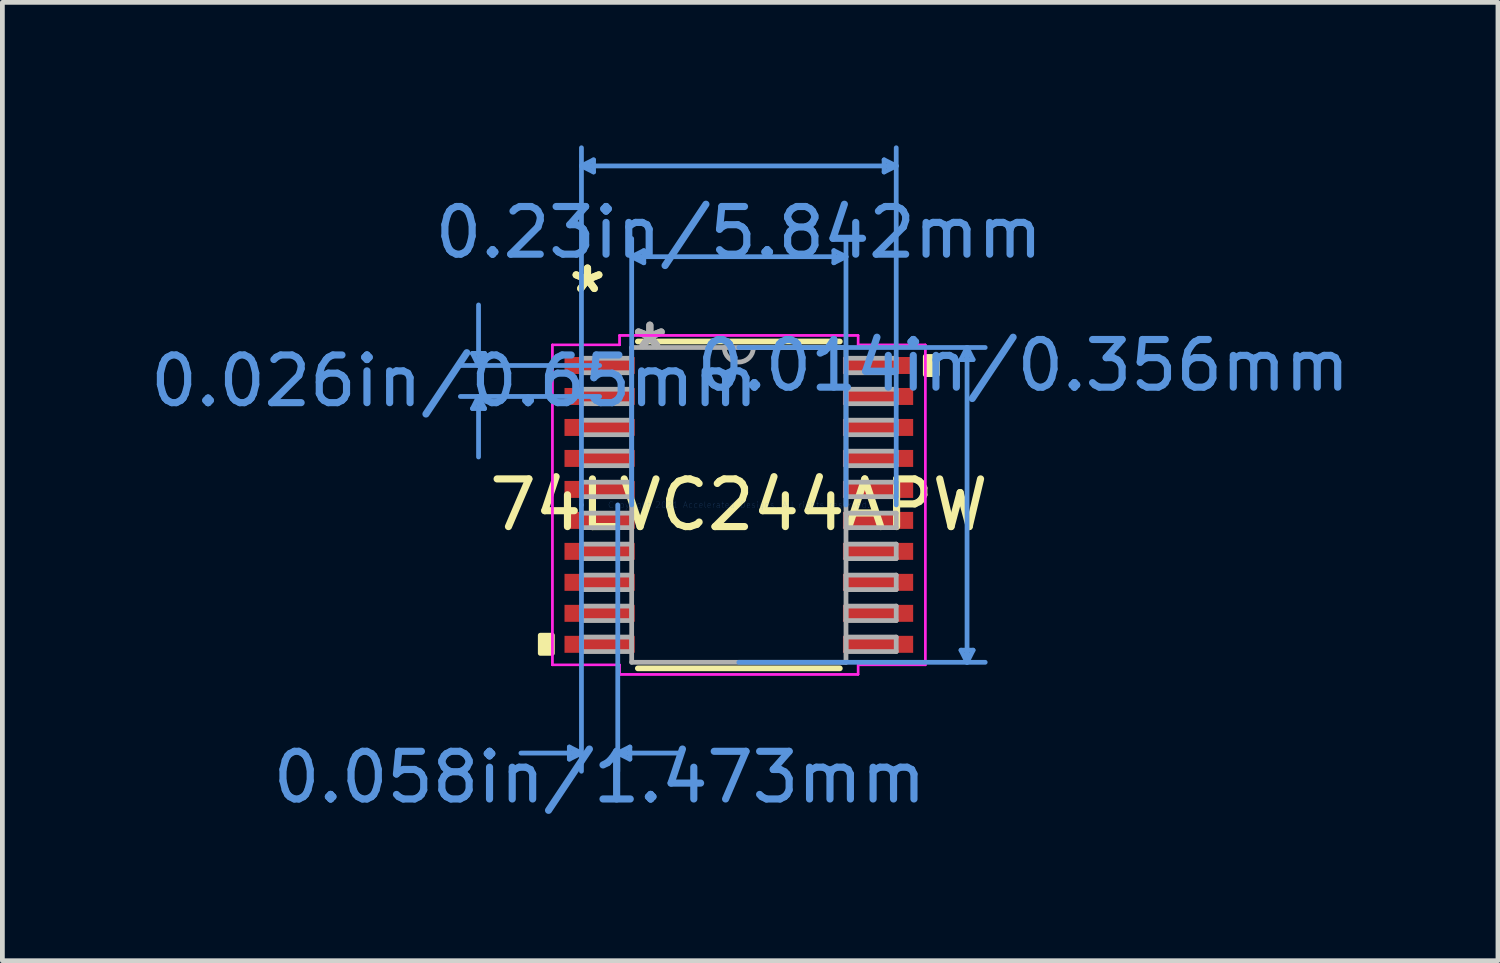
<source format=kicad_pcb>
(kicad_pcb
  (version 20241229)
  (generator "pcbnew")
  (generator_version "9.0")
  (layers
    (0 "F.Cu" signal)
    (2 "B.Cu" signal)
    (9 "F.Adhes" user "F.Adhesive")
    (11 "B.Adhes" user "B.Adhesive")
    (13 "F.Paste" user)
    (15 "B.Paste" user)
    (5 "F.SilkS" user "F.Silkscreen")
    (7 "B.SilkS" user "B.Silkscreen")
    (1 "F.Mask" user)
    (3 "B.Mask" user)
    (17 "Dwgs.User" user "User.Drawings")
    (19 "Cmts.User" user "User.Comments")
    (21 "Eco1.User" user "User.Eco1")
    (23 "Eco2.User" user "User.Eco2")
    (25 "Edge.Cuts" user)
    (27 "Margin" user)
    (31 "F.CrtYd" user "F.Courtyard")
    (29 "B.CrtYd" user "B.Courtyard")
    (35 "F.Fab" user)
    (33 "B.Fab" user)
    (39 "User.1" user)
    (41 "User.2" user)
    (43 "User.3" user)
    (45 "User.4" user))
  (footprint "74LVC244APW"
    (layer "F.Cu")
    (at 12.451 7.543)
    (property "Reference" "74LVC244APW" (at 0 0 0) (layer "F.SilkS") (effects (font (size 1 1) (thickness 0.15))))
    (attr through_hole)
    (fp_line (start -2.119 3.429) (end 2.119 3.429) (stroke (width 0.12) (type solid)) (layer "F.SilkS"))
    (fp_line (start 2.119 -3.429) (end -2.119 -3.429) (stroke (width 0.12) (type solid)) (layer "F.SilkS"))
    (fp_poly (pts (xy -4.166 2.734) (xy -4.166 3.115) (xy -3.912 3.115) (xy -3.912 2.734)) (stroke (width 0.1) (type solid)) (fill yes) (layer "F.SilkS"))
    (fp_poly (pts (xy 4.166 -3.115) (xy 4.166 -2.734) (xy 3.912 -2.734) (xy 3.912 -3.115)) (stroke (width 0.1) (type solid)) (fill yes) (layer "F.SilkS"))
    (fp_line (start -5.588 -3.179) (end -5.334 -3.179) (stroke (width 0.1) (type solid)) (layer "Cmts.User"))
    (fp_line (start -5.588 -2.021) (end -5.334 -2.021) (stroke (width 0.1) (type solid)) (layer "Cmts.User"))
    (fp_line (start -5.461 -2.925) (end -5.588 -3.179) (stroke (width 0.1) (type solid)) (layer "Cmts.User"))
    (fp_line (start -5.461 -2.925) (end -5.461 -4.195) (stroke (width 0.1) (type solid)) (layer "Cmts.User"))
    (fp_line (start -5.461 -2.925) (end -5.334 -3.179) (stroke (width 0.1) (type solid)) (layer "Cmts.User"))
    (fp_line (start -5.461 -2.275) (end -5.588 -2.021) (stroke (width 0.1) (type solid)) (layer "Cmts.User"))
    (fp_line (start -5.461 -2.275) (end -5.461 -1.005) (stroke (width 0.1) (type solid)) (layer "Cmts.User"))
    (fp_line (start -5.461 -2.275) (end -5.334 -2.021) (stroke (width 0.1) (type solid)) (layer "Cmts.User"))
    (fp_line (start -3.556 5.08) (end -3.556 5.334) (stroke (width 0.1) (type solid)) (layer "Cmts.User"))
    (fp_line (start -3.302 -7.112) (end -3.048 -7.239) (stroke (width 0.1) (type solid)) (layer "Cmts.User"))
    (fp_line (start -3.302 -7.112) (end -3.048 -6.985) (stroke (width 0.1) (type solid)) (layer "Cmts.User"))
    (fp_line (start -3.302 -7.112) (end 3.302 -7.112) (stroke (width 0.1) (type solid)) (layer "Cmts.User"))
    (fp_line (start -3.302 0) (end -3.302 -7.493) (stroke (width 0.1) (type solid)) (layer "Cmts.User"))
    (fp_line (start -3.302 0) (end -3.302 5.588) (stroke (width 0.1) (type solid)) (layer "Cmts.User"))
    (fp_line (start -3.302 5.207) (end -4.572 5.207) (stroke (width 0.1) (type solid)) (layer "Cmts.User"))
    (fp_line (start -3.302 5.207) (end -3.556 5.08) (stroke (width 0.1) (type solid)) (layer "Cmts.User"))
    (fp_line (start -3.302 5.207) (end -3.556 5.334) (stroke (width 0.1) (type solid)) (layer "Cmts.User"))
    (fp_line (start -3.048 -7.239) (end -3.048 -6.985) (stroke (width 0.1) (type solid)) (layer "Cmts.User"))
    (fp_line (start -2.921 -2.925) (end -5.842 -2.925) (stroke (width 0.1) (type solid)) (layer "Cmts.User"))
    (fp_line (start -2.921 -2.275) (end -5.842 -2.275) (stroke (width 0.1) (type solid)) (layer "Cmts.User"))
    (fp_line (start -2.54 0) (end -2.54 5.588) (stroke (width 0.1) (type solid)) (layer "Cmts.User"))
    (fp_line (start -2.54 5.207) (end -2.286 5.08) (stroke (width 0.1) (type solid)) (layer "Cmts.User"))
    (fp_line (start -2.54 5.207) (end -2.286 5.334) (stroke (width 0.1) (type solid)) (layer "Cmts.User"))
    (fp_line (start -2.54 5.207) (end -1.27 5.207) (stroke (width 0.1) (type solid)) (layer "Cmts.User"))
    (fp_line (start -2.286 5.08) (end -2.286 5.334) (stroke (width 0.1) (type solid)) (layer "Cmts.User"))
    (fp_line (start -2.248 -5.207) (end -1.994 -5.334) (stroke (width 0.1) (type solid)) (layer "Cmts.User"))
    (fp_line (start -2.248 -5.207) (end -1.994 -5.08) (stroke (width 0.1) (type solid)) (layer "Cmts.User"))
    (fp_line (start -2.248 -5.207) (end 2.248 -5.207) (stroke (width 0.1) (type solid)) (layer "Cmts.User"))
    (fp_line (start -2.248 0) (end -2.248 -5.588) (stroke (width 0.1) (type solid)) (layer "Cmts.User"))
    (fp_line (start -1.994 -5.334) (end -1.994 -5.08) (stroke (width 0.1) (type solid)) (layer "Cmts.User"))
    (fp_line (start 0 -3.302) (end 5.169 -3.302) (stroke (width 0.1) (type solid)) (layer "Cmts.User"))
    (fp_line (start 0 3.302) (end 5.169 3.302) (stroke (width 0.1) (type solid)) (layer "Cmts.User"))
    (fp_line (start 1.994 -5.334) (end 1.994 -5.08) (stroke (width 0.1) (type solid)) (layer "Cmts.User"))
    (fp_line (start 2.248 -5.207) (end 1.994 -5.334) (stroke (width 0.1) (type solid)) (layer "Cmts.User"))
    (fp_line (start 2.248 -5.207) (end 1.994 -5.08) (stroke (width 0.1) (type solid)) (layer "Cmts.User"))
    (fp_line (start 2.248 0) (end 2.248 -5.588) (stroke (width 0.1) (type solid)) (layer "Cmts.User"))
    (fp_line (start 3.048 -7.239) (end 3.048 -6.985) (stroke (width 0.1) (type solid)) (layer "Cmts.User"))
    (fp_line (start 3.302 -7.112) (end 3.048 -7.239) (stroke (width 0.1) (type solid)) (layer "Cmts.User"))
    (fp_line (start 3.302 -7.112) (end 3.048 -6.985) (stroke (width 0.1) (type solid)) (layer "Cmts.User"))
    (fp_line (start 3.302 0) (end 3.302 -7.493) (stroke (width 0.1) (type solid)) (layer "Cmts.User"))
    (fp_line (start 4.661 -3.048) (end 4.915 -3.048) (stroke (width 0.1) (type solid)) (layer "Cmts.User"))
    (fp_line (start 4.661 3.048) (end 4.915 3.048) (stroke (width 0.1) (type solid)) (layer "Cmts.User"))
    (fp_line (start 4.788 -3.302) (end 4.661 -3.048) (stroke (width 0.1) (type solid)) (layer "Cmts.User"))
    (fp_line (start 4.788 -3.302) (end 4.788 3.302) (stroke (width 0.1) (type solid)) (layer "Cmts.User"))
    (fp_line (start 4.788 -3.302) (end 4.915 -3.048) (stroke (width 0.1) (type solid)) (layer "Cmts.User"))
    (fp_line (start 4.788 3.302) (end 4.661 3.048) (stroke (width 0.1) (type solid)) (layer "Cmts.User"))
    (fp_line (start 4.788 3.302) (end 4.915 3.048) (stroke (width 0.1) (type solid)) (layer "Cmts.User"))
    (fp_line (start -3.912 -3.357) (end -2.502 -3.357) (stroke (width 0.05) (type solid)) (layer "F.CrtYd"))
    (fp_line (start -3.912 -3.357) (end -2.502 -3.357) (stroke (width 0.05) (type solid)) (layer "F.CrtYd"))
    (fp_line (start -3.912 3.357) (end -3.912 -3.357) (stroke (width 0.05) (type solid)) (layer "F.CrtYd"))
    (fp_line (start -3.912 3.357) (end -3.912 -3.357) (stroke (width 0.05) (type solid)) (layer "F.CrtYd"))
    (fp_line (start -3.912 3.357) (end -2.502 3.357) (stroke (width 0.05) (type solid)) (layer "F.CrtYd"))
    (fp_line (start -2.502 -3.556) (end 2.502 -3.556) (stroke (width 0.05) (type solid)) (layer "F.CrtYd"))
    (fp_line (start -2.502 -3.556) (end 2.502 -3.556) (stroke (width 0.05) (type solid)) (layer "F.CrtYd"))
    (fp_line (start -2.502 -3.357) (end -2.502 -3.556) (stroke (width 0.05) (type solid)) (layer "F.CrtYd"))
    (fp_line (start -2.502 -3.357) (end -2.502 -3.556) (stroke (width 0.05) (type solid)) (layer "F.CrtYd"))
    (fp_line (start -2.502 3.357) (end -3.912 3.357) (stroke (width 0.05) (type solid)) (layer "F.CrtYd"))
    (fp_line (start -2.502 3.556) (end -2.502 3.357) (stroke (width 0.05) (type solid)) (layer "F.CrtYd"))
    (fp_line (start -2.502 3.556) (end -2.502 3.357) (stroke (width 0.05) (type solid)) (layer "F.CrtYd"))
    (fp_line (start 2.502 -3.556) (end 2.502 -3.357) (stroke (width 0.05) (type solid)) (layer "F.CrtYd"))
    (fp_line (start 2.502 -3.556) (end 2.502 -3.357) (stroke (width 0.05) (type solid)) (layer "F.CrtYd"))
    (fp_line (start 2.502 -3.357) (end 3.912 -3.357) (stroke (width 0.05) (type solid)) (layer "F.CrtYd"))
    (fp_line (start 2.502 3.357) (end 2.502 3.556) (stroke (width 0.05) (type solid)) (layer "F.CrtYd"))
    (fp_line (start 2.502 3.357) (end 2.502 3.556) (stroke (width 0.05) (type solid)) (layer "F.CrtYd"))
    (fp_line (start 2.502 3.556) (end -2.502 3.556) (stroke (width 0.05) (type solid)) (layer "F.CrtYd"))
    (fp_line (start 2.502 3.556) (end -2.502 3.556) (stroke (width 0.05) (type solid)) (layer "F.CrtYd"))
    (fp_line (start 3.912 -3.357) (end 2.502 -3.357) (stroke (width 0.05) (type solid)) (layer "F.CrtYd"))
    (fp_line (start 3.912 -3.357) (end 3.912 3.357) (stroke (width 0.05) (type solid)) (layer "F.CrtYd"))
    (fp_line (start 3.912 -3.357) (end 3.912 3.357) (stroke (width 0.05) (type solid)) (layer "F.CrtYd"))
    (fp_line (start 3.912 3.357) (end 2.502 3.357) (stroke (width 0.05) (type solid)) (layer "F.CrtYd"))
    (fp_line (start 3.912 3.357) (end 2.502 3.357) (stroke (width 0.05) (type solid)) (layer "F.CrtYd"))
    (fp_line (start -3.302 -3.077) (end -3.302 -2.773) (stroke (width 0.1) (type solid)) (layer "F.Fab"))
    (fp_line (start -3.302 -2.773) (end -2.248 -2.773) (stroke (width 0.1) (type solid)) (layer "F.Fab"))
    (fp_line (start -3.302 -2.427) (end -3.302 -2.123) (stroke (width 0.1) (type solid)) (layer "F.Fab"))
    (fp_line (start -3.302 -2.123) (end -2.248 -2.123) (stroke (width 0.1) (type solid)) (layer "F.Fab"))
    (fp_line (start -3.302 -1.777) (end -3.302 -1.473) (stroke (width 0.1) (type solid)) (layer "F.Fab"))
    (fp_line (start -3.302 -1.473) (end -2.248 -1.473) (stroke (width 0.1) (type solid)) (layer "F.Fab"))
    (fp_line (start -3.302 -1.127) (end -3.302 -0.823) (stroke (width 0.1) (type solid)) (layer "F.Fab"))
    (fp_line (start -3.302 -0.823) (end -2.248 -0.823) (stroke (width 0.1) (type solid)) (layer "F.Fab"))
    (fp_line (start -3.302 -0.477) (end -3.302 -0.173) (stroke (width 0.1) (type solid)) (layer "F.Fab"))
    (fp_line (start -3.302 -0.173) (end -2.248 -0.173) (stroke (width 0.1) (type solid)) (layer "F.Fab"))
    (fp_line (start -3.302 0.173) (end -3.302 0.477) (stroke (width 0.1) (type solid)) (layer "F.Fab"))
    (fp_line (start -3.302 0.477) (end -2.248 0.477) (stroke (width 0.1) (type solid)) (layer "F.Fab"))
    (fp_line (start -3.302 0.823) (end -3.302 1.127) (stroke (width 0.1) (type solid)) (layer "F.Fab"))
    (fp_line (start -3.302 1.127) (end -2.248 1.127) (stroke (width 0.1) (type solid)) (layer "F.Fab"))
    (fp_line (start -3.302 1.473) (end -3.302 1.777) (stroke (width 0.1) (type solid)) (layer "F.Fab"))
    (fp_line (start -3.302 1.777) (end -2.248 1.777) (stroke (width 0.1) (type solid)) (layer "F.Fab"))
    (fp_line (start -3.302 2.123) (end -3.302 2.427) (stroke (width 0.1) (type solid)) (layer "F.Fab"))
    (fp_line (start -3.302 2.427) (end -2.248 2.427) (stroke (width 0.1) (type solid)) (layer "F.Fab"))
    (fp_line (start -3.302 2.773) (end -3.302 3.077) (stroke (width 0.1) (type solid)) (layer "F.Fab"))
    (fp_line (start -3.302 3.077) (end -2.248 3.077) (stroke (width 0.1) (type solid)) (layer "F.Fab"))
    (fp_line (start -2.248 -3.302) (end -2.248 3.302) (stroke (width 0.1) (type solid)) (layer "F.Fab"))
    (fp_line (start -2.248 -3.077) (end -3.302 -3.077) (stroke (width 0.1) (type solid)) (layer "F.Fab"))
    (fp_line (start -2.248 -2.773) (end -2.248 -3.077) (stroke (width 0.1) (type solid)) (layer "F.Fab"))
    (fp_line (start -2.248 -2.427) (end -3.302 -2.427) (stroke (width 0.1) (type solid)) (layer "F.Fab"))
    (fp_line (start -2.248 -2.123) (end -2.248 -2.427) (stroke (width 0.1) (type solid)) (layer "F.Fab"))
    (fp_line (start -2.248 -1.777) (end -3.302 -1.777) (stroke (width 0.1) (type solid)) (layer "F.Fab"))
    (fp_line (start -2.248 -1.473) (end -2.248 -1.777) (stroke (width 0.1) (type solid)) (layer "F.Fab"))
    (fp_line (start -2.248 -1.127) (end -3.302 -1.127) (stroke (width 0.1) (type solid)) (layer "F.Fab"))
    (fp_line (start -2.248 -0.823) (end -2.248 -1.127) (stroke (width 0.1) (type solid)) (layer "F.Fab"))
    (fp_line (start -2.248 -0.477) (end -3.302 -0.477) (stroke (width 0.1) (type solid)) (layer "F.Fab"))
    (fp_line (start -2.248 -0.173) (end -2.248 -0.477) (stroke (width 0.1) (type solid)) (layer "F.Fab"))
    (fp_line (start -2.248 0.173) (end -3.302 0.173) (stroke (width 0.1) (type solid)) (layer "F.Fab"))
    (fp_line (start -2.248 0.477) (end -2.248 0.173) (stroke (width 0.1) (type solid)) (layer "F.Fab"))
    (fp_line (start -2.248 0.823) (end -3.302 0.823) (stroke (width 0.1) (type solid)) (layer "F.Fab"))
    (fp_line (start -2.248 1.127) (end -2.248 0.823) (stroke (width 0.1) (type solid)) (layer "F.Fab"))
    (fp_line (start -2.248 1.473) (end -3.302 1.473) (stroke (width 0.1) (type solid)) (layer "F.Fab"))
    (fp_line (start -2.248 1.777) (end -2.248 1.473) (stroke (width 0.1) (type solid)) (layer "F.Fab"))
    (fp_line (start -2.248 2.123) (end -3.302 2.123) (stroke (width 0.1) (type solid)) (layer "F.Fab"))
    (fp_line (start -2.248 2.427) (end -2.248 2.123) (stroke (width 0.1) (type solid)) (layer "F.Fab"))
    (fp_line (start -2.248 2.773) (end -3.302 2.773) (stroke (width 0.1) (type solid)) (layer "F.Fab"))
    (fp_line (start -2.248 3.077) (end -2.248 2.773) (stroke (width 0.1) (type solid)) (layer "F.Fab"))
    (fp_line (start -2.248 3.302) (end 2.248 3.302) (stroke (width 0.1) (type solid)) (layer "F.Fab"))
    (fp_line (start 2.248 -3.302) (end -2.248 -3.302) (stroke (width 0.1) (type solid)) (layer "F.Fab"))
    (fp_line (start 2.248 -3.077) (end 2.248 -2.773) (stroke (width 0.1) (type solid)) (layer "F.Fab"))
    (fp_line (start 2.248 -2.773) (end 3.302 -2.773) (stroke (width 0.1) (type solid)) (layer "F.Fab"))
    (fp_line (start 2.248 -2.427) (end 2.248 -2.123) (stroke (width 0.1) (type solid)) (layer "F.Fab"))
    (fp_line (start 2.248 -2.123) (end 3.302 -2.123) (stroke (width 0.1) (type solid)) (layer "F.Fab"))
    (fp_line (start 2.248 -1.777) (end 2.248 -1.473) (stroke (width 0.1) (type solid)) (layer "F.Fab"))
    (fp_line (start 2.248 -1.473) (end 3.302 -1.473) (stroke (width 0.1) (type solid)) (layer "F.Fab"))
    (fp_line (start 2.248 -1.127) (end 2.248 -0.823) (stroke (width 0.1) (type solid)) (layer "F.Fab"))
    (fp_line (start 2.248 -0.823) (end 3.302 -0.823) (stroke (width 0.1) (type solid)) (layer "F.Fab"))
    (fp_line (start 2.248 -0.477) (end 2.248 -0.173) (stroke (width 0.1) (type solid)) (layer "F.Fab"))
    (fp_line (start 2.248 -0.173) (end 3.302 -0.173) (stroke (width 0.1) (type solid)) (layer "F.Fab"))
    (fp_line (start 2.248 0.173) (end 2.248 0.477) (stroke (width 0.1) (type solid)) (layer "F.Fab"))
    (fp_line (start 2.248 0.477) (end 3.302 0.477) (stroke (width 0.1) (type solid)) (layer "F.Fab"))
    (fp_line (start 2.248 0.823) (end 2.248 1.127) (stroke (width 0.1) (type solid)) (layer "F.Fab"))
    (fp_line (start 2.248 1.127) (end 3.302 1.127) (stroke (width 0.1) (type solid)) (layer "F.Fab"))
    (fp_line (start 2.248 1.473) (end 2.248 1.777) (stroke (width 0.1) (type solid)) (layer "F.Fab"))
    (fp_line (start 2.248 1.777) (end 3.302 1.777) (stroke (width 0.1) (type solid)) (layer "F.Fab"))
    (fp_line (start 2.248 2.123) (end 2.248 2.427) (stroke (width 0.1) (type solid)) (layer "F.Fab"))
    (fp_line (start 2.248 2.427) (end 3.302 2.427) (stroke (width 0.1) (type solid)) (layer "F.Fab"))
    (fp_line (start 2.248 2.773) (end 2.248 3.077) (stroke (width 0.1) (type solid)) (layer "F.Fab"))
    (fp_line (start 2.248 3.077) (end 3.302 3.077) (stroke (width 0.1) (type solid)) (layer "F.Fab"))
    (fp_line (start 2.248 3.302) (end 2.248 -3.302) (stroke (width 0.1) (type solid)) (layer "F.Fab"))
    (fp_line (start 3.302 -3.077) (end 2.248 -3.077) (stroke (width 0.1) (type solid)) (layer "F.Fab"))
    (fp_line (start 3.302 -2.773) (end 3.302 -3.077) (stroke (width 0.1) (type solid)) (layer "F.Fab"))
    (fp_line (start 3.302 -2.427) (end 2.248 -2.427) (stroke (width 0.1) (type solid)) (layer "F.Fab"))
    (fp_line (start 3.302 -2.123) (end 3.302 -2.427) (stroke (width 0.1) (type solid)) (layer "F.Fab"))
    (fp_line (start 3.302 -1.777) (end 2.248 -1.777) (stroke (width 0.1) (type solid)) (layer "F.Fab"))
    (fp_line (start 3.302 -1.473) (end 3.302 -1.777) (stroke (width 0.1) (type solid)) (layer "F.Fab"))
    (fp_line (start 3.302 -1.127) (end 2.248 -1.127) (stroke (width 0.1) (type solid)) (layer "F.Fab"))
    (fp_line (start 3.302 -0.823) (end 3.302 -1.127) (stroke (width 0.1) (type solid)) (layer "F.Fab"))
    (fp_line (start 3.302 -0.477) (end 2.248 -0.477) (stroke (width 0.1) (type solid)) (layer "F.Fab"))
    (fp_line (start 3.302 -0.173) (end 3.302 -0.477) (stroke (width 0.1) (type solid)) (layer "F.Fab"))
    (fp_line (start 3.302 0.173) (end 2.248 0.173) (stroke (width 0.1) (type solid)) (layer "F.Fab"))
    (fp_line (start 3.302 0.477) (end 3.302 0.173) (stroke (width 0.1) (type solid)) (layer "F.Fab"))
    (fp_line (start 3.302 0.823) (end 2.248 0.823) (stroke (width 0.1) (type solid)) (layer "F.Fab"))
    (fp_line (start 3.302 1.127) (end 3.302 0.823) (stroke (width 0.1) (type solid)) (layer "F.Fab"))
    (fp_line (start 3.302 1.473) (end 2.248 1.473) (stroke (width 0.1) (type solid)) (layer "F.Fab"))
    (fp_line (start 3.302 1.777) (end 3.302 1.473) (stroke (width 0.1) (type solid)) (layer "F.Fab"))
    (fp_line (start 3.302 2.123) (end 2.248 2.123) (stroke (width 0.1) (type solid)) (layer "F.Fab"))
    (fp_line (start 3.302 2.427) (end 3.302 2.123) (stroke (width 0.1) (type solid)) (layer "F.Fab"))
    (fp_line (start 3.302 2.773) (end 2.248 2.773) (stroke (width 0.1) (type solid)) (layer "F.Fab"))
    (fp_line (start 3.302 3.077) (end 3.302 2.773) (stroke (width 0.1) (type solid)) (layer "F.Fab"))
    (fp_arc (start 0.3048 -3.302) (mid 0 -2.9972) (end -0.3048 -3.302) (stroke (width 0.1) (type solid)) (layer "F.Fab"))
    (fp_text user "*" (at -3.175 -4.424 0) (layer "F.SilkS") (effects (font (size 1 1) (thickness 0.15))))
    (fp_text user "*" (at -3.175 -4.424 0) (layer "F.SilkS") (effects (font (size 1 1) (thickness 0.15))))
    (fp_text user "0.058in/1.473mm" (at -2.921 5.715 0) (layer "Cmts.User") (effects (font (size 1 1) (thickness 0.15))))
    (fp_text user "0.026in/0.65mm" (at -5.969 -2.6 0) (layer "Cmts.User") (effects (font (size 1 1) (thickness 0.15))))
    (fp_text user "0.014in/0.356mm" (at 5.969 -2.925 0) (layer "Cmts.User") (effects (font (size 1 1) (thickness 0.15))))
    (fp_text user "0.23in/5.842mm" (at 0 -5.715 0) (layer "Cmts.User") (effects (font (size 1 1) (thickness 0.15))))
    (fp_text user "Copyright 2021 Accelerated Designs. All rights reserved." (at 0 0 0) (layer "Cmts.User") (effects (font (size 0.127 0.127) (thickness 0.002))))
    (fp_text user "*" (at -1.867 -3.226 0) (layer "F.Fab") (effects (font (size 1 1) (thickness 0.15))))
    (fp_text user "*" (at -1.867 -3.226 0) (layer "F.Fab") (effects (font (size 1 1) (thickness 0.15))))
    (pad "1" smd rect (at -2.921 -2.925) (size 1.473 0.356) (layers "F.Cu" "F.Mask" "F.Paste"))
    (pad "2" smd rect (at -2.921 -2.275) (size 1.473 0.356) (layers "F.Cu" "F.Mask" "F.Paste"))
    (pad "3" smd rect (at -2.921 -1.625) (size 1.473 0.356) (layers "F.Cu" "F.Mask" "F.Paste"))
    (pad "4" smd rect (at -2.921 -0.975) (size 1.473 0.356) (layers "F.Cu" "F.Mask" "F.Paste"))
    (pad "5" smd rect (at -2.921 -0.325) (size 1.473 0.356) (layers "F.Cu" "F.Mask" "F.Paste"))
    (pad "6" smd rect (at -2.921 0.325) (size 1.473 0.356) (layers "F.Cu" "F.Mask" "F.Paste"))
    (pad "7" smd rect (at -2.921 0.975) (size 1.473 0.356) (layers "F.Cu" "F.Mask" "F.Paste"))
    (pad "8" smd rect (at -2.921 1.625) (size 1.473 0.356) (layers "F.Cu" "F.Mask" "F.Paste"))
    (pad "9" smd rect (at -2.921 2.275) (size 1.473 0.356) (layers "F.Cu" "F.Mask" "F.Paste"))
    (pad "10" smd rect (at -2.921 2.925) (size 1.473 0.356) (layers "F.Cu" "F.Mask" "F.Paste"))
    (pad "11" smd rect (at 2.921 2.925) (size 1.473 0.356) (layers "F.Cu" "F.Mask" "F.Paste"))
    (pad "12" smd rect (at 2.921 2.275) (size 1.473 0.356) (layers "F.Cu" "F.Mask" "F.Paste"))
    (pad "13" smd rect (at 2.921 1.625) (size 1.473 0.356) (layers "F.Cu" "F.Mask" "F.Paste"))
    (pad "14" smd rect (at 2.921 0.975) (size 1.473 0.356) (layers "F.Cu" "F.Mask" "F.Paste"))
    (pad "15" smd rect (at 2.921 0.325) (size 1.473 0.356) (layers "F.Cu" "F.Mask" "F.Paste"))
    (pad "16" smd rect (at 2.921 -0.325) (size 1.473 0.356) (layers "F.Cu" "F.Mask" "F.Paste"))
    (pad "17" smd rect (at 2.921 -0.975) (size 1.473 0.356) (layers "F.Cu" "F.Mask" "F.Paste"))
    (pad "18" smd rect (at 2.921 -1.625) (size 1.473 0.356) (layers "F.Cu" "F.Mask" "F.Paste"))
    (pad "19" smd rect (at 2.921 -2.275) (size 1.473 0.356) (layers "F.Cu" "F.Mask" "F.Paste"))
    (pad "20" smd rect (at 2.921 -2.925) (size 1.473 0.356) (layers "F.Cu" "F.Mask" "F.Paste")))
  (gr_rect
    (start -3 -3)
    (end 28.378 17.106)
    (stroke (width 0.1) (type default))
    (fill no)
    (layer "Edge.Cuts")))
</source>
